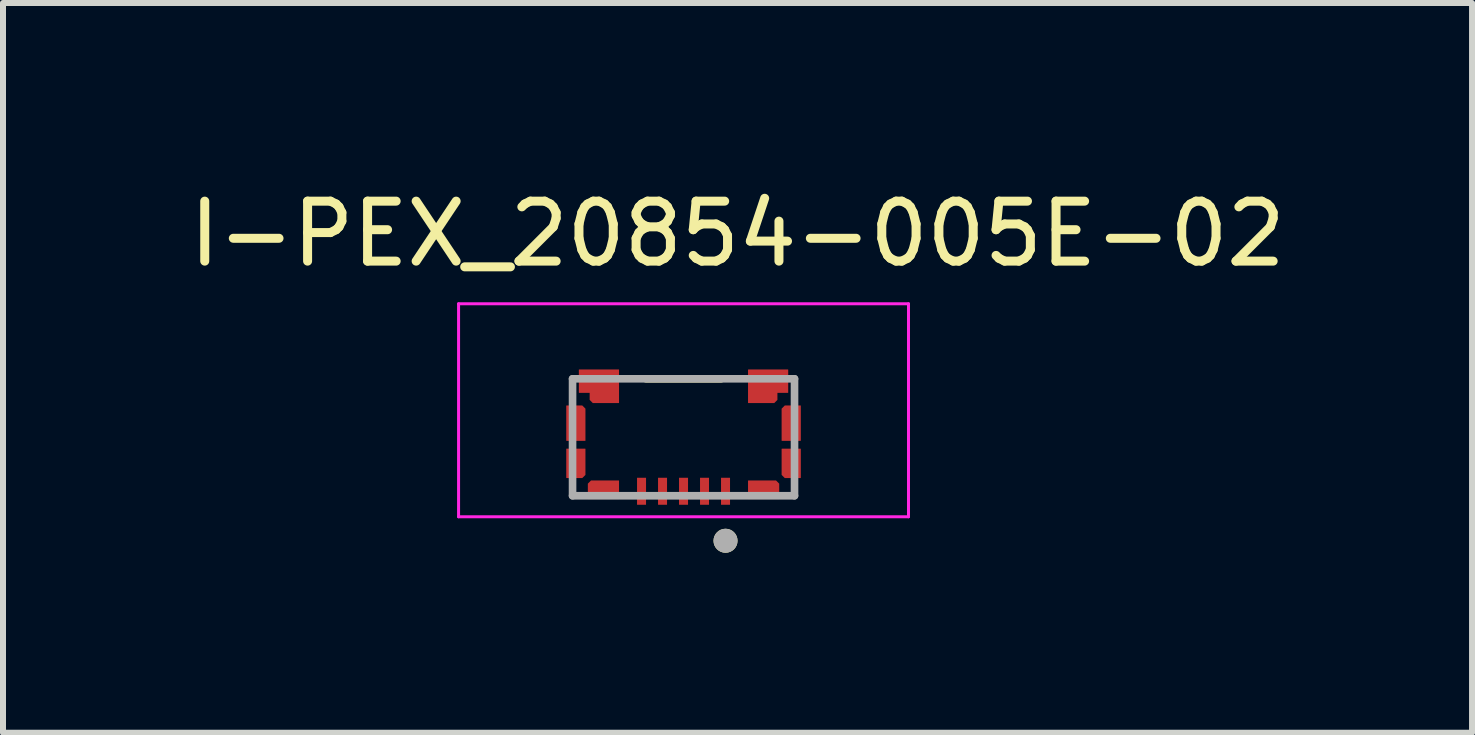
<source format=kicad_pcb>
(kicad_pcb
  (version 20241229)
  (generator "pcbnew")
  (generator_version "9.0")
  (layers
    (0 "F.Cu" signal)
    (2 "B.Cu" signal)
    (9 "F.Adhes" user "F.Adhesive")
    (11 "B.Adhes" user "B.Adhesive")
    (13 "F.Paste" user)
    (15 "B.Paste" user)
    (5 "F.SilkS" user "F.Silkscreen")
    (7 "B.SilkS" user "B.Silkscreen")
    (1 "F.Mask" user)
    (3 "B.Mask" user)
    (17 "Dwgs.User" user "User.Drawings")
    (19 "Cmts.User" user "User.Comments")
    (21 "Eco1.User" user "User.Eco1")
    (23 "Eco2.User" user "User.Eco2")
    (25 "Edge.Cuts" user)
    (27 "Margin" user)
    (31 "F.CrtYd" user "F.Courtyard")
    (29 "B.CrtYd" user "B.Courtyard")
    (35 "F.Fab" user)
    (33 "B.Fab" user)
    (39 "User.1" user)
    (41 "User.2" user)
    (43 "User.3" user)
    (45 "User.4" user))
  (footprint "I-PEX_20854-005E-02"
    (layer "F.Cu")
    (at 8.344 5.164)
    (property "Reference" "I-PEX_20854-005E-02" (at 0.9 -4.316 0) (layer "F.SilkS") (effects (font (size 1 1) (thickness 0.15))))
    (attr through_hole)
    (fp_poly (pts (xy -0.775 -0.25) (xy -0.625 -0.25) (xy -0.625 0.2) (xy -0.775 0.2)) (stroke (width 0.01) (type solid)) (fill yes) (layer "F.Mask"))
    (fp_poly (pts (xy -0.425 -0.25) (xy -0.275 -0.25) (xy -0.275 0.2) (xy -0.425 0.2)) (stroke (width 0.01) (type solid)) (fill yes) (layer "F.Mask"))
    (fp_poly (pts (xy -0.075 -0.25) (xy 0.075 -0.25) (xy 0.075 0.2) (xy -0.075 0.2)) (stroke (width 0.01) (type solid)) (fill yes) (layer "F.Mask"))
    (fp_poly (pts (xy 0.275 -0.25) (xy 0.425 -0.25) (xy 0.425 0.2) (xy 0.275 0.2)) (stroke (width 0.01) (type solid)) (fill yes) (layer "F.Mask"))
    (fp_poly (pts (xy 0.625 -0.25) (xy 0.775 -0.25) (xy 0.775 0.2) (xy 0.625 0.2)) (stroke (width 0.01) (type solid)) (fill yes) (layer "F.Mask"))
    (fp_poly (pts (xy -1.95 -1.45) (xy -1.95 -0.87) (xy -1.64 -0.87) (xy -1.64 -1.4) (xy -1.69 -1.45)) (stroke (width 0.01) (type solid)) (fill yes) (layer "F.Mask"))
    (fp_poly (pts (xy -1.69 -0.25) (xy -1.95 -0.25) (xy -1.95 -0.73) (xy -1.64 -0.73) (xy -1.64 -0.3)) (stroke (width 0.01) (type solid)) (fill yes) (layer "F.Mask"))
    (fp_poly (pts (xy -1.08 0.1) (xy -1.59 0.1) (xy -1.59 -0.15) (xy -1.54 -0.2) (xy -1.08 -0.2)) (stroke (width 0.01) (type solid)) (fill yes) (layer "F.Mask"))
    (fp_poly (pts (xy 1.59 0.1) (xy 1.08 0.1) (xy 1.08 -0.2) (xy 1.54 -0.2) (xy 1.59 -0.15)) (stroke (width 0.01) (type solid)) (fill yes) (layer "F.Mask"))
    (fp_poly (pts (xy 1.64 -1.4) (xy 1.64 -0.87) (xy 1.95 -0.87) (xy 1.95 -1.45) (xy 1.69 -1.45)) (stroke (width 0.01) (type solid)) (fill yes) (layer "F.Mask"))
    (fp_poly (pts (xy 1.69 -0.25) (xy 1.64 -0.3) (xy 1.64 -0.73) (xy 1.95 -0.73) (xy 1.95 -0.25)) (stroke (width 0.01) (type solid)) (fill yes) (layer "F.Mask"))
    (fp_poly (pts (xy -1.56 -1.67) (xy -1.74 -1.67) (xy -1.74 -2.05) (xy -1.08 -2.05) (xy -1.08 -1.5) (xy -1.51 -1.5) (xy -1.56 -1.55)) (stroke (width 0.01) (type solid)) (fill yes) (layer "F.Mask"))
    (fp_poly (pts (xy 1.08 -2.05) (xy 1.08 -1.5) (xy 1.51 -1.5) (xy 1.56 -1.55) (xy 1.56 -1.67) (xy 1.74 -1.67) (xy 1.74 -2.05)) (stroke (width 0.01) (type solid)) (fill yes) (layer "F.Mask"))
    (fp_line (start -0.625 -1.9) (end 0.625 -1.9) (stroke (width 0.127) (type solid)) (layer "F.SilkS"))
    (fp_circle (center 0.7 0.8) (end 0.8 0.8) (stroke (width 0.2) (type solid)) (fill no) (layer "F.SilkS"))
    (fp_poly (pts (xy -0.775 -0.16) (xy -0.775 0.2) (xy -0.625 0.2) (xy -0.625 -0.16)) (stroke (width 0.01) (type solid)) (fill yes) (layer "F.Paste"))
    (fp_poly (pts (xy -0.275 0.2) (xy -0.425 0.2) (xy -0.425 -0.16) (xy -0.275 -0.16)) (stroke (width 0.01) (type solid)) (fill yes) (layer "F.Paste"))
    (fp_poly (pts (xy 0.075 0.2) (xy -0.075 0.2) (xy -0.075 -0.16) (xy 0.075 -0.16)) (stroke (width 0.01) (type solid)) (fill yes) (layer "F.Paste"))
    (fp_poly (pts (xy 0.425 0.2) (xy 0.275 0.2) (xy 0.275 -0.16) (xy 0.425 -0.16)) (stroke (width 0.01) (type solid)) (fill yes) (layer "F.Paste"))
    (fp_poly (pts (xy 0.775 0.2) (xy 0.625 0.2) (xy 0.625 -0.16) (xy 0.775 -0.16)) (stroke (width 0.01) (type solid)) (fill yes) (layer "F.Paste"))
    (fp_poly (pts (xy -1.68 -0.87) (xy -1.95 -0.87) (xy -1.95 -1.4) (xy -1.73 -1.4) (xy -1.68 -1.35)) (stroke (width 0.01) (type solid)) (fill yes) (layer "F.Paste"))
    (fp_poly (pts (xy -1.68 -0.73) (xy -1.68 -0.35) (xy -1.73 -0.3) (xy -1.95 -0.3) (xy -1.95 -0.73)) (stroke (width 0.01) (type solid)) (fill yes) (layer "F.Paste"))
    (fp_poly (pts (xy -1.13 0.1) (xy -1.59 0.1) (xy -1.59 -0.12) (xy -1.54 -0.17) (xy -1.13 -0.17)) (stroke (width 0.01) (type solid)) (fill yes) (layer "F.Paste"))
    (fp_poly (pts (xy 1.13 -0.17) (xy 1.13 0.1) (xy 1.59 0.1) (xy 1.59 -0.12) (xy 1.54 -0.17)) (stroke (width 0.01) (type solid)) (fill yes) (layer "F.Paste"))
    (fp_poly (pts (xy 1.95 -0.87) (xy 1.68 -0.87) (xy 1.68 -1.35) (xy 1.73 -1.4) (xy 1.95 -1.4)) (stroke (width 0.01) (type solid)) (fill yes) (layer "F.Paste"))
    (fp_poly (pts (xy 1.95 -0.3) (xy 1.73 -0.3) (xy 1.68 -0.35) (xy 1.68 -0.73) (xy 1.95 -0.73)) (stroke (width 0.01) (type solid)) (fill yes) (layer "F.Paste"))
    (fp_poly (pts (xy -1.74 -2.05) (xy -1.74 -1.67) (xy -1.56 -1.67) (xy -1.56 -1.61) (xy -1.51 -1.56) (xy -1.13 -1.56) (xy -1.13 -2.05)) (stroke (width 0.01) (type solid)) (fill yes) (layer "F.Paste"))
    (fp_poly (pts (xy 1.13 -2.05) (xy 1.13 -1.56) (xy 1.51 -1.56) (xy 1.56 -1.61) (xy 1.56 -1.67) (xy 1.74 -1.67) (xy 1.74 -2.05)) (stroke (width 0.01) (type solid)) (fill yes) (layer "F.Paste"))
    (fp_line (start -3.75 -3.15) (end -3.75 0.4) (stroke (width 0.05) (type solid)) (layer "F.CrtYd"))
    (fp_line (start -3.75 0.4) (end 3.75 0.4) (stroke (width 0.05) (type solid)) (layer "F.CrtYd"))
    (fp_line (start 3.75 -3.15) (end -3.75 -3.15) (stroke (width 0.05) (type solid)) (layer "F.CrtYd"))
    (fp_line (start 3.75 0.4) (end 3.75 -3.15) (stroke (width 0.05) (type solid)) (layer "F.CrtYd"))
    (fp_line (start -1.85 -1.9) (end 1.85 -1.9) (stroke (width 0.127) (type solid)) (layer "F.Fab"))
    (fp_line (start -1.85 0.05) (end -1.85 -1.9) (stroke (width 0.127) (type solid)) (layer "F.Fab"))
    (fp_line (start 1.85 -1.9) (end 1.85 0.05) (stroke (width 0.127) (type solid)) (layer "F.Fab"))
    (fp_line (start 1.85 0.05) (end -1.85 0.05) (stroke (width 0.127) (type solid)) (layer "F.Fab"))
    (fp_circle (center 0.7 0.8) (end 0.8 0.8) (stroke (width 0.2) (type solid)) (fill no) (layer "F.Fab"))
    (pad "1" smd rect (at 0.7 -0.025) (size 0.15 0.45) (layers "F.Cu"))
    (pad "2" smd rect (at 0.35 -0.025) (size 0.15 0.45) (layers "F.Cu"))
    (pad "3" smd rect (at 0 -0.025) (size 0.15 0.45) (layers "F.Cu"))
    (pad "4" smd rect (at -0.35 -0.025) (size 0.15 0.45) (layers "F.Cu"))
    (pad "5" smd rect (at -0.7 -0.025) (size 0.15 0.45) (layers "F.Cu"))
    (pad "S1" smd custom (at -1.365 -1.87) (size 0.2 0.2) (layers "F.Cu") (options (anchor rect)) (primitives (gr_poly (pts (xy -0.195 0.2) (xy -0.375 0.2) (xy -0.375 -0.18) (xy 0.285 -0.18) (xy 0.285 0.37) (xy -0.145 0.37) (xy -0.195 0.32)) (width 0.01) (fill yes))))
    (pad "S2" smd custom (at -1.825 -1.17) (size 0.2 0.2) (layers "F.Cu") (options (anchor rect)) (primitives (gr_poly (pts (xy -0.125 -0.28) (xy -0.125 0.3) (xy 0.185 0.3) (xy 0.185 -0.23) (xy 0.135 -0.28)) (width 0.01) (fill yes))))
    (pad "S3" smd custom (at -1.825 -0.56) (size 0.2 0.2) (layers "F.Cu") (options (anchor rect)) (primitives (gr_poly (pts (xy 0.135 0.31) (xy -0.125 0.31) (xy -0.125 -0.17) (xy 0.185 -0.17) (xy 0.185 0.26)) (width 0.01) (fill yes))))
    (pad "S4" smd custom (at -1.365 -0.08) (size 0.2 0.2) (layers "F.Cu") (options (anchor rect)) (primitives (gr_poly (pts (xy 0.285 0.18) (xy -0.225 0.18) (xy -0.225 -0.07) (xy -0.175 -0.12) (xy 0.285 -0.12)) (width 0.01) (fill yes))))
    (pad "S5" smd custom (at 1.365 -1.87) (size 0.2 0.2) (layers "F.Cu") (options (anchor rect)) (primitives (gr_poly (pts (xy -0.285 -0.18) (xy -0.285 0.37) (xy 0.145 0.37) (xy 0.195 0.32) (xy 0.195 0.2) (xy 0.375 0.2) (xy 0.375 -0.18)) (width 0.01) (fill yes))))
    (pad "S6" smd custom (at 1.825 -1.17) (size 0.2 0.2) (layers "F.Cu") (options (anchor rect)) (primitives (gr_poly (pts (xy -0.185 -0.23) (xy -0.185 0.3) (xy 0.125 0.3) (xy 0.125 -0.28) (xy -0.135 -0.28)) (width 0.01) (fill yes))))
    (pad "S7" smd custom (at 1.825 -0.56) (size 0.2 0.2) (layers "F.Cu") (options (anchor rect)) (primitives (gr_poly (pts (xy -0.135 0.31) (xy -0.185 0.26) (xy -0.185 -0.17) (xy 0.125 -0.17) (xy 0.125 0.31)) (width 0.01) (fill yes))))
    (pad "S8" smd custom (at 1.365 -0.08) (size 0.2 0.2) (layers "F.Cu") (options (anchor rect)) (primitives (gr_poly (pts (xy 0.225 0.18) (xy -0.285 0.18) (xy -0.285 -0.12) (xy 0.175 -0.12) (xy 0.225 -0.07)) (width 0.01) (fill yes))))
    (zone (net_name "") (layer "F.Cu") (hatch full 0.508) (connect_pads) (min_thickness 0.01) (filled_areas_thickness no) (keepout (tracks not_allowed) (vias not_allowed) (pads not_allowed) (copperpour not_allowed) (footprints allowed)) (placement (enabled no)) (fill) (polygon (pts (xy 6.704 4.434) (xy 6.394 4.434) (xy 6.394 4.294) (xy 6.704 4.294) (xy 6.704 3.764) (xy 6.654 3.714) (xy 6.604 3.714) (xy 6.604 3.494) (xy 6.784 3.494) (xy 6.784 3.614) (xy 6.834 3.664) (xy 7.264 3.664) (xy 7.264 3.114) (xy 9.424 3.114) (xy 9.424 3.664) (xy 9.854 3.664) (xy 9.904 3.614) (xy 9.904 3.494) (xy 10.084 3.494) (xy 10.084 3.714) (xy 10.034 3.714) (xy 9.984 3.764) (xy 9.984 4.294) (xy 10.294 4.294) (xy 10.294 4.434) (xy 9.984 4.434) (xy 9.984 4.864) (xy 10.034 4.914) (xy 10.084 4.914) (xy 10.084 5.264) (xy 9.934 5.264) (xy 9.934 5.014) (xy 9.884 4.964) (xy 9.424 4.964) (xy 9.424 5.364) (xy 9.119 5.364) (xy 9.119 4.914) (xy 8.969 4.914) (xy 8.969 5.364) (xy 8.769 5.364) (xy 8.769 4.914) (xy 8.619 4.914) (xy 8.619 5.364) (xy 8.419 5.364) (xy 8.419 4.914) (xy 8.269 4.914) (xy 8.269 5.364) (xy 8.069 5.364) (xy 8.069 4.914) (xy 7.919 4.914) (xy 7.919 5.364) (xy 7.719 5.364) (xy 7.719 4.914) (xy 7.569 4.914) (xy 7.569 5.364) (xy 7.264 5.364) (xy 7.264 4.964) (xy 6.804 4.964) (xy 6.754 5.014) (xy 6.754 5.264) (xy 6.604 5.264) (xy 6.604 4.914) (xy 6.654 4.914) (xy 6.704 4.864))))
    (zone (net_name "") (layers "F.Cu" "B.Cu") (hatch full 0.508) (connect_pads) (min_thickness 0.01) (filled_areas_thickness no) (keepout (tracks allowed) (vias not_allowed) (pads allowed) (copperpour allowed) (footprints allowed)) (placement (enabled no)) (fill) (polygon (pts (xy 6.704 4.434) (xy 6.394 4.434) (xy 6.394 4.294) (xy 6.704 4.294) (xy 6.704 3.764) (xy 6.654 3.714) (xy 6.604 3.714) (xy 6.604 3.494) (xy 6.784 3.494) (xy 6.784 3.614) (xy 6.834 3.664) (xy 7.264 3.664) (xy 7.264 3.114) (xy 9.424 3.114) (xy 9.424 3.664) (xy 9.854 3.664) (xy 9.904 3.614) (xy 9.904 3.494) (xy 10.084 3.494) (xy 10.084 3.714) (xy 10.034 3.714) (xy 9.984 3.764) (xy 9.984 4.294) (xy 10.294 4.294) (xy 10.294 4.434) (xy 9.984 4.434) (xy 9.984 4.864) (xy 10.034 4.914) (xy 10.084 4.914) (xy 10.084 5.264) (xy 9.934 5.264) (xy 9.934 5.014) (xy 9.884 4.964) (xy 9.424 4.964) (xy 9.424 5.364) (xy 9.119 5.364) (xy 9.119 4.914) (xy 8.969 4.914) (xy 8.969 5.364) (xy 8.769 5.364) (xy 8.769 4.914) (xy 8.619 4.914) (xy 8.619 5.364) (xy 8.419 5.364) (xy 8.419 4.914) (xy 8.269 4.914) (xy 8.269 5.364) (xy 8.069 5.364) (xy 8.069 4.914) (xy 7.919 4.914) (xy 7.919 5.364) (xy 7.719 5.364) (xy 7.719 4.914) (xy 7.569 4.914) (xy 7.569 5.364) (xy 7.264 5.364) (xy 7.264 4.964) (xy 6.804 4.964) (xy 6.754 5.014) (xy 6.754 5.264) (xy 6.604 5.264) (xy 6.604 4.914) (xy 6.654 4.914) (xy 6.704 4.864))))
    (zone (net_name "") (layer "B.Cu") (hatch full 0.508) (connect_pads) (min_thickness 0.01) (filled_areas_thickness no) (keepout (tracks not_allowed) (vias not_allowed) (pads not_allowed) (copperpour not_allowed) (footprints allowed)) (placement (enabled no)) (fill) (polygon (pts (xy 6.704 4.434) (xy 6.394 4.434) (xy 6.394 4.294) (xy 6.704 4.294) (xy 6.704 3.764) (xy 6.654 3.714) (xy 6.604 3.714) (xy 6.604 3.494) (xy 6.784 3.494) (xy 6.784 3.614) (xy 6.834 3.664) (xy 7.264 3.664) (xy 7.264 3.114) (xy 9.424 3.114) (xy 9.424 3.664) (xy 9.854 3.664) (xy 9.904 3.614) (xy 9.904 3.494) (xy 10.084 3.494) (xy 10.084 3.714) (xy 10.034 3.714) (xy 9.984 3.764) (xy 9.984 4.294) (xy 10.294 4.294) (xy 10.294 4.434) (xy 9.984 4.434) (xy 9.984 4.864) (xy 10.034 4.914) (xy 10.084 4.914) (xy 10.084 5.264) (xy 9.934 5.264) (xy 9.934 5.014) (xy 9.884 4.964) (xy 9.424 4.964) (xy 9.424 5.364) (xy 9.119 5.364) (xy 9.119 4.914) (xy 8.969 4.914) (xy 8.969 5.364) (xy 8.769 5.364) (xy 8.769 4.914) (xy 8.619 4.914) (xy 8.619 5.364) (xy 8.419 5.364) (xy 8.419 4.914) (xy 8.269 4.914) (xy 8.269 5.364) (xy 8.069 5.364) (xy 8.069 4.914) (xy 7.919 4.914) (xy 7.919 5.364) (xy 7.719 5.364) (xy 7.719 4.914) (xy 7.569 4.914) (xy 7.569 5.364) (xy 7.264 5.364) (xy 7.264 4.964) (xy 6.804 4.964) (xy 6.754 5.014) (xy 6.754 5.264) (xy 6.604 5.264) (xy 6.604 4.914) (xy 6.654 4.914) (xy 6.704 4.864)))))
  (gr_rect
    (start -3 -3)
    (end 21.488 9.164)
    (stroke (width 0.1) (type default))
    (fill no)
    (layer "Edge.Cuts")))
</source>
